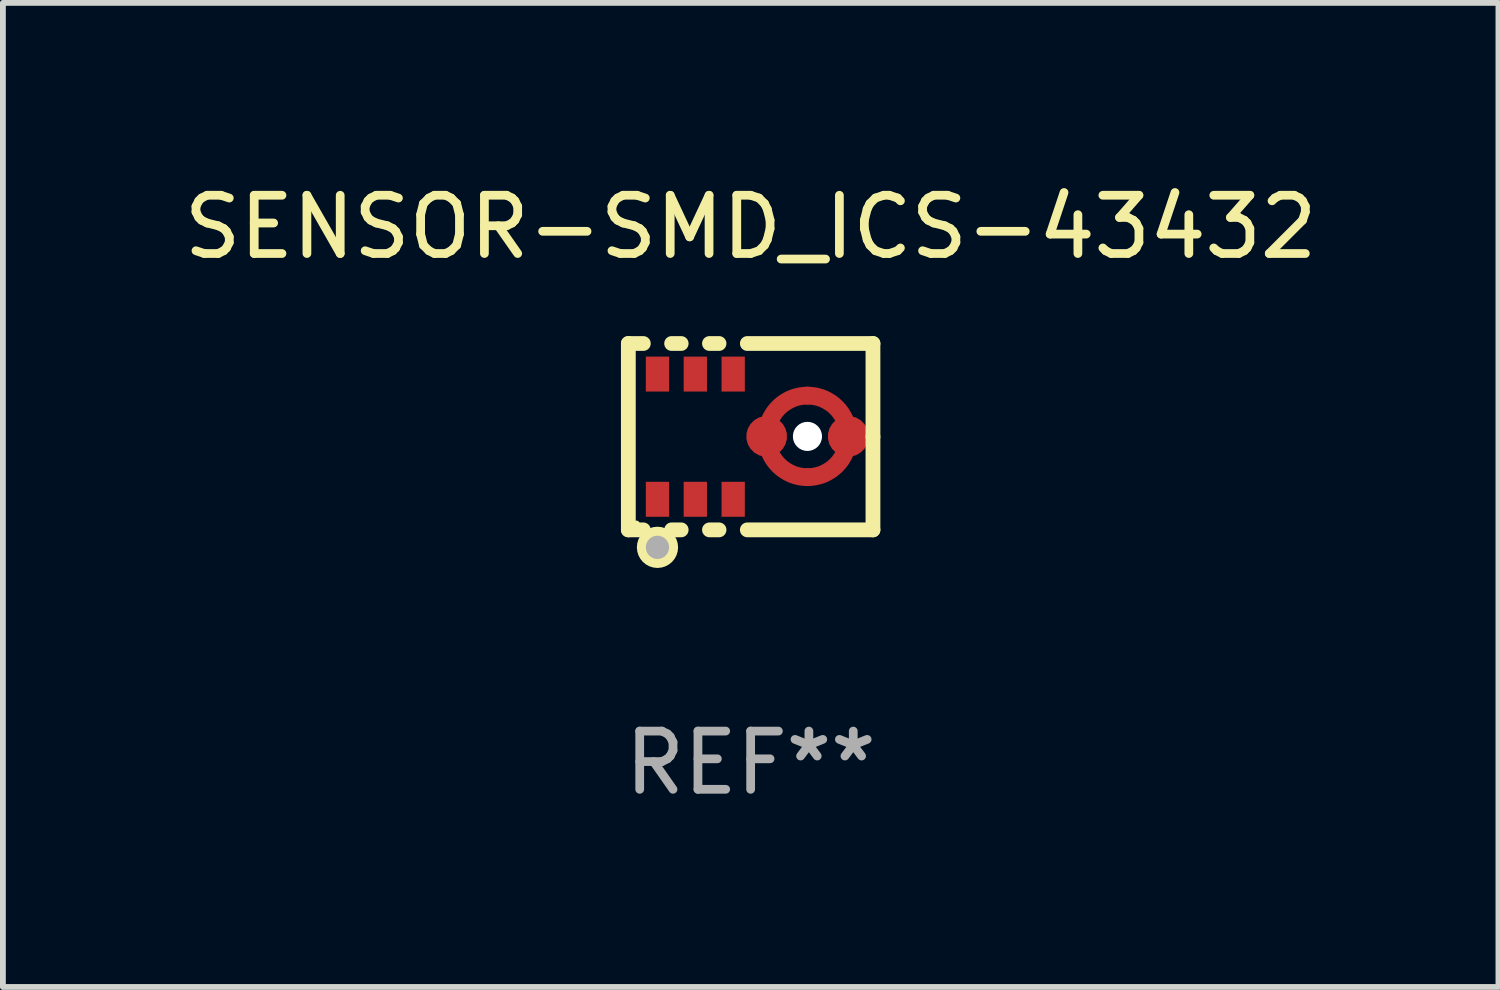
<source format=kicad_pcb>
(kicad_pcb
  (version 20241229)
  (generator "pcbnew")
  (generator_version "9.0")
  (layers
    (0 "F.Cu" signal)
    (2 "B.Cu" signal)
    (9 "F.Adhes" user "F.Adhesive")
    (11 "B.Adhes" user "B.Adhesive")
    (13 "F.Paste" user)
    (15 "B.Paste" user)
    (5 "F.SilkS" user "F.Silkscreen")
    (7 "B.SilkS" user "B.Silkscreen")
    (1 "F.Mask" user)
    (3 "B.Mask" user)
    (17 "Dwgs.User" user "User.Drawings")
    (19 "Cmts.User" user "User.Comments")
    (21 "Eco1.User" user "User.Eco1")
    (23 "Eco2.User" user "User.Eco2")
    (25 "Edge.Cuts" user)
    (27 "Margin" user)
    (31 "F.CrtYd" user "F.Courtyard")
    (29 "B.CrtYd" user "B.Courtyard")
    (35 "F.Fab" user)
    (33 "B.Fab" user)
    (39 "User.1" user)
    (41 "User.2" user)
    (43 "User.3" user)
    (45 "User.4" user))
  (footprint "SENSOR-SMD_ICS-43432"
    (layer "F.Cu")
    (at 9.839 4.448)
    (property "Reference" "SENSOR-SMD_ICS-43432" (at 0 -3.6 0) (layer "F.SilkS") (effects (font (size 1 1) (thickness 0.15))))
    (attr through_hole)
    (fp_line (start -2.1 -1.6) (end -2.1 1.6) (stroke (width 0.254) (type solid)) (layer "F.SilkS"))
    (fp_line (start -2.1 -1.6) (end -1.843 -1.6) (stroke (width 0.254) (type solid)) (layer "F.SilkS"))
    (fp_line (start -1.843 1.6) (end -2.1 1.6) (stroke (width 0.254) (type solid)) (layer "F.SilkS"))
    (fp_line (start -1.357 -1.6) (end -1.193 -1.6) (stroke (width 0.254) (type solid)) (layer "F.SilkS"))
    (fp_line (start -1.193 1.6) (end -1.357 1.6) (stroke (width 0.254) (type solid)) (layer "F.SilkS"))
    (fp_line (start -0.707 -1.6) (end -0.543 -1.6) (stroke (width 0.254) (type solid)) (layer "F.SilkS"))
    (fp_line (start -0.543 1.6) (end -0.707 1.6) (stroke (width 0.254) (type solid)) (layer "F.SilkS"))
    (fp_line (start -0.057 -1.6) (end 2.1 -1.6) (stroke (width 0.254) (type solid)) (layer "F.SilkS"))
    (fp_line (start 2.1 0.000013) (end 2.1 -1.6) (stroke (width 0.254) (type solid)) (layer "F.SilkS"))
    (fp_line (start 2.1 1.6) (end -0.057 1.6) (stroke (width 0.254) (type solid)) (layer "F.SilkS"))
    (fp_line (start 2.1 1.6) (end 2.1 0.000013) (stroke (width 0.254) (type solid)) (layer "F.SilkS"))
    (fp_circle (center -1.963 1.5) (end -1.933 1.5) (stroke (width 0.06) (type solid)) (fill no) (layer "F.SilkS"))
    (fp_circle (center -1.6 1.9) (end -1.5 1.9) (stroke (width 0.254) (type solid)) (fill no) (layer "F.SilkS"))
    (fp_circle (center -1.6 1.9) (end -1.5 1.9) (stroke (width 0.2) (type solid)) (fill no) (layer "F.Fab"))
    (fp_text user "REF**" (at 0 5.6 0) (layer "F.Fab") (effects (font (size 1 1) (thickness 0.15))))
    (pad "" np_thru_hole circle (at 0.975 -0.005) (size 0.5 0.5) (drill 0.5) (layers "*.Cu" "*.Mask"))
    (pad "1" smd rect (at -1.6 1.075 90) (size 0.6 0.4) (layers "F.Cu" "F.Mask" "F.Paste"))
    (pad "2" smd rect (at -0.95 1.075 90) (size 0.6 0.4) (layers "F.Cu" "F.Mask" "F.Paste"))
    (pad "3" smd rect (at -0.3 1.075 90) (size 0.6 0.4) (layers "F.Cu" "F.Mask" "F.Paste"))
    (pad "4" smd custom (at 0.275 -0.005) (size 0.7 1.4) (layers "F.Cu" "F.Mask" "F.Paste") (options (anchor circle)) (primitives (gr_poly (pts (xy 0.7 -0.547) (xy 0.666 -0.546) (xy 0.633 -0.543) (xy 0.599 -0.538) (xy 0.566 -0.531) (xy 0.534 -0.522) (xy 0.502 -0.511) (xy 0.471 -0.497) (xy 0.441 -0.482) (xy 0.412 -0.465) (xy 0.384 -0.447) (xy 0.357 -0.427) (xy 0.331 -0.405) (xy 0.307 -0.381) (xy 0.284 -0.356) (xy 0.263 -0.33) (xy 0.244 -0.302) (xy 0.226 -0.274) (xy 0.21 -0.244) (xy 0.196 -0.213) (xy 0.184 -0.182) (xy 0.173 -0.15) (xy 0.165 -0.117) (xy 0.159 -0.084) (xy 0.155 -0.051) (xy 0.153 -0.017) (xy 0.153 0.017) (xy 0.155 0.051) (xy 0.159 0.084) (xy 0.165 0.117) (xy 0.173 0.15) (xy 0.184 0.182) (xy 0.196 0.213) (xy 0.21 0.244) (xy 0.226 0.274) (xy 0.244 0.302) (xy 0.263 0.33) (xy 0.284 0.356) (xy 0.307 0.381) (xy 0.331 0.405) (xy 0.357 0.427) (xy 0.384 0.447) (xy 0.412 0.465) (xy 0.441 0.482) (xy 0.471 0.497) (xy 0.502 0.511) (xy 0.534 0.522) (xy 0.566 0.531) (xy 0.599 0.538) (xy 0.633 0.543) (xy 0.666 0.546) (xy 0.7 0.547) (xy 0.718 0.549) (xy 0.735 0.552) (xy 0.752 0.557) (xy 0.768 0.564) (xy 0.784 0.573) (xy 0.798 0.583) (xy 0.811 0.595) (xy 0.822 0.609) (xy 0.832 0.624) (xy 0.84 0.64) (xy 0.846 0.656) (xy 0.85 0.674) (xy 0.852 0.691) (xy 0.852 0.709) (xy 0.85 0.726) (xy 0.846 0.744) (xy 0.84 0.76) (xy 0.832 0.776) (xy 0.822 0.791) (xy 0.811 0.805) (xy 0.798 0.817) (xy 0.784 0.827) (xy 0.768 0.836) (xy 0.752 0.843) (xy 0.735 0.848) (xy 0.718 0.851) (xy 0.7 0.853) (xy 0.658 0.851) (xy 0.616 0.848) (xy 0.575 0.843) (xy 0.534 0.836) (xy 0.493 0.827) (xy 0.453 0.816) (xy 0.413 0.803) (xy 0.374 0.788) (xy 0.336 0.771) (xy 0.298 0.752) (xy 0.262 0.731) (xy 0.226 0.709) (xy 0.192 0.685) (xy 0.159 0.659) (xy 0.128 0.632) (xy 0.097 0.603) (xy 0.068 0.572) (xy 0.041 0.541) (xy 0.015 0.508) (xy -0.009 0.474) (xy -0.031 0.438) (xy -0.052 0.402) (xy -0.071 0.364) (xy -0.088 0.326) (xy -0.103 0.287) (xy -0.116 0.247) (xy -0.127 0.207) (xy -0.136 0.166) (xy -0.143 0.125) (xy -0.148 0.084) (xy -0.151 0.042) (xy -0.153 0) (xy -0.151 -0.042) (xy -0.148 -0.084) (xy -0.143 -0.125) (xy -0.136 -0.166) (xy -0.127 -0.207) (xy -0.116 -0.247) (xy -0.103 -0.287) (xy -0.088 -0.326) (xy -0.071 -0.364) (xy -0.052 -0.402) (xy -0.031 -0.438) (xy -0.009 -0.474) (xy 0.015 -0.508) (xy 0.041 -0.541) (xy 0.068 -0.572) (xy 0.097 -0.603) (xy 0.128 -0.632) (xy 0.159 -0.659) (xy 0.192 -0.685) (xy 0.226 -0.709) (xy 0.262 -0.731) (xy 0.298 -0.752) (xy 0.336 -0.771) (xy 0.374 -0.788) (xy 0.413 -0.803) (xy 0.453 -0.816) (xy 0.493 -0.827) (xy 0.534 -0.836) (xy 0.575 -0.843) (xy 0.616 -0.848) (xy 0.658 -0.851) (xy 0.7 -0.853) (xy 0.718 -0.851) (xy 0.735 -0.848) (xy 0.752 -0.843) (xy 0.768 -0.836) (xy 0.784 -0.827) (xy 0.798 -0.817) (xy 0.811 -0.805) (xy 0.822 -0.791) (xy 0.832 -0.776) (xy 0.84 -0.76) (xy 0.846 -0.744) (xy 0.85 -0.726) (xy 0.852 -0.709) (xy 0.852 -0.691) (xy 0.85 -0.674) (xy 0.846 -0.656) (xy 0.84 -0.64) (xy 0.832 -0.624) (xy 0.822 -0.609) (xy 0.811 -0.595) (xy 0.798 -0.583) (xy 0.784 -0.573) (xy 0.768 -0.564) (xy 0.752 -0.557) (xy 0.735 -0.552) (xy 0.718 -0.549) (xy 0.7 -0.547)) (width 0) (fill yes))))
    (pad "4" smd custom (at 1.675 -0.005) (size 0.7 1.4) (layers "F.Cu" "F.Mask" "F.Paste") (options (anchor circle)) (primitives (gr_poly (pts (xy -0.7 0.547) (xy -0.666 0.546) (xy -0.633 0.543) (xy -0.599 0.538) (xy -0.566 0.531) (xy -0.534 0.522) (xy -0.502 0.511) (xy -0.471 0.497) (xy -0.441 0.482) (xy -0.412 0.465) (xy -0.384 0.447) (xy -0.357 0.427) (xy -0.331 0.405) (xy -0.307 0.381) (xy -0.284 0.356) (xy -0.263 0.33) (xy -0.244 0.302) (xy -0.226 0.274) (xy -0.21 0.244) (xy -0.196 0.213) (xy -0.184 0.182) (xy -0.173 0.15) (xy -0.165 0.117) (xy -0.159 0.084) (xy -0.155 0.051) (xy -0.153 0.017) (xy -0.153 -0.017) (xy -0.155 -0.051) (xy -0.159 -0.084) (xy -0.165 -0.117) (xy -0.173 -0.15) (xy -0.184 -0.182) (xy -0.196 -0.213) (xy -0.21 -0.244) (xy -0.226 -0.274) (xy -0.244 -0.302) (xy -0.263 -0.33) (xy -0.284 -0.356) (xy -0.307 -0.381) (xy -0.331 -0.405) (xy -0.357 -0.427) (xy -0.384 -0.447) (xy -0.412 -0.465) (xy -0.441 -0.482) (xy -0.471 -0.497) (xy -0.502 -0.511) (xy -0.534 -0.522) (xy -0.566 -0.531) (xy -0.599 -0.538) (xy -0.633 -0.543) (xy -0.666 -0.546) (xy -0.7 -0.547) (xy -0.718 -0.549) (xy -0.735 -0.552) (xy -0.752 -0.557) (xy -0.769 -0.564) (xy -0.784 -0.573) (xy -0.798 -0.583) (xy -0.811 -0.595) (xy -0.822 -0.609) (xy -0.832 -0.624) (xy -0.84 -0.64) (xy -0.846 -0.656) (xy -0.85 -0.674) (xy -0.852 -0.691) (xy -0.852 -0.709) (xy -0.85 -0.726) (xy -0.846 -0.744) (xy -0.84 -0.76) (xy -0.832 -0.776) (xy -0.822 -0.791) (xy -0.811 -0.805) (xy -0.798 -0.817) (xy -0.784 -0.827) (xy -0.769 -0.836) (xy -0.752 -0.843) (xy -0.735 -0.848) (xy -0.718 -0.851) (xy -0.7 -0.853) (xy -0.658 -0.851) (xy -0.616 -0.848) (xy -0.575 -0.843) (xy -0.534 -0.836) (xy -0.493 -0.827) (xy -0.453 -0.816) (xy -0.413 -0.803) (xy -0.374 -0.788) (xy -0.336 -0.771) (xy -0.298 -0.752) (xy -0.262 -0.731) (xy -0.226 -0.709) (xy -0.192 -0.685) (xy -0.159 -0.659) (xy -0.128 -0.632) (xy -0.097 -0.603) (xy -0.068 -0.572) (xy -0.041 -0.541) (xy -0.015 -0.508) (xy 0.009 -0.474) (xy 0.031 -0.438) (xy 0.052 -0.402) (xy 0.071 -0.364) (xy 0.088 -0.326) (xy 0.103 -0.287) (xy 0.116 -0.247) (xy 0.127 -0.207) (xy 0.136 -0.166) (xy 0.143 -0.125) (xy 0.148 -0.084) (xy 0.151 -0.042) (xy 0.152 0) (xy 0.151 0.042) (xy 0.148 0.084) (xy 0.143 0.125) (xy 0.136 0.166) (xy 0.127 0.207) (xy 0.116 0.247) (xy 0.103 0.287) (xy 0.088 0.326) (xy 0.071 0.364) (xy 0.052 0.402) (xy 0.031 0.438) (xy 0.009 0.474) (xy -0.015 0.508) (xy -0.041 0.541) (xy -0.068 0.572) (xy -0.097 0.603) (xy -0.128 0.632) (xy -0.159 0.659) (xy -0.192 0.685) (xy -0.226 0.709) (xy -0.262 0.731) (xy -0.298 0.752) (xy -0.336 0.771) (xy -0.374 0.788) (xy -0.413 0.803) (xy -0.453 0.816) (xy -0.493 0.827) (xy -0.534 0.836) (xy -0.575 0.843) (xy -0.616 0.848) (xy -0.658 0.851) (xy -0.7 0.853) (xy -0.718 0.851) (xy -0.735 0.848) (xy -0.752 0.843) (xy -0.769 0.836) (xy -0.784 0.827) (xy -0.798 0.817) (xy -0.811 0.805) (xy -0.822 0.791) (xy -0.832 0.776) (xy -0.84 0.76) (xy -0.846 0.744) (xy -0.85 0.726) (xy -0.852 0.709) (xy -0.852 0.691) (xy -0.85 0.674) (xy -0.846 0.656) (xy -0.84 0.64) (xy -0.832 0.624) (xy -0.822 0.609) (xy -0.811 0.595) (xy -0.798 0.583) (xy -0.784 0.573) (xy -0.769 0.564) (xy -0.752 0.557) (xy -0.735 0.552) (xy -0.718 0.549) (xy -0.7 0.547)) (width 0) (fill yes))))
    (pad "5" smd rect (at -0.3 -1.075 90) (size 0.6 0.4) (layers "F.Cu" "F.Mask" "F.Paste"))
    (pad "6" smd rect (at -0.95 -1.075 90) (size 0.6 0.4) (layers "F.Cu" "F.Mask" "F.Paste"))
    (pad "7" smd rect (at -1.6 -1.075 90) (size 0.6 0.4) (layers "F.Cu" "F.Mask" "F.Paste")))
  (gr_rect
    (start -3 -3)
    (end 22.679 13.897)
    (stroke (width 0.1) (type default))
    (fill no)
    (layer "Edge.Cuts")))
</source>
